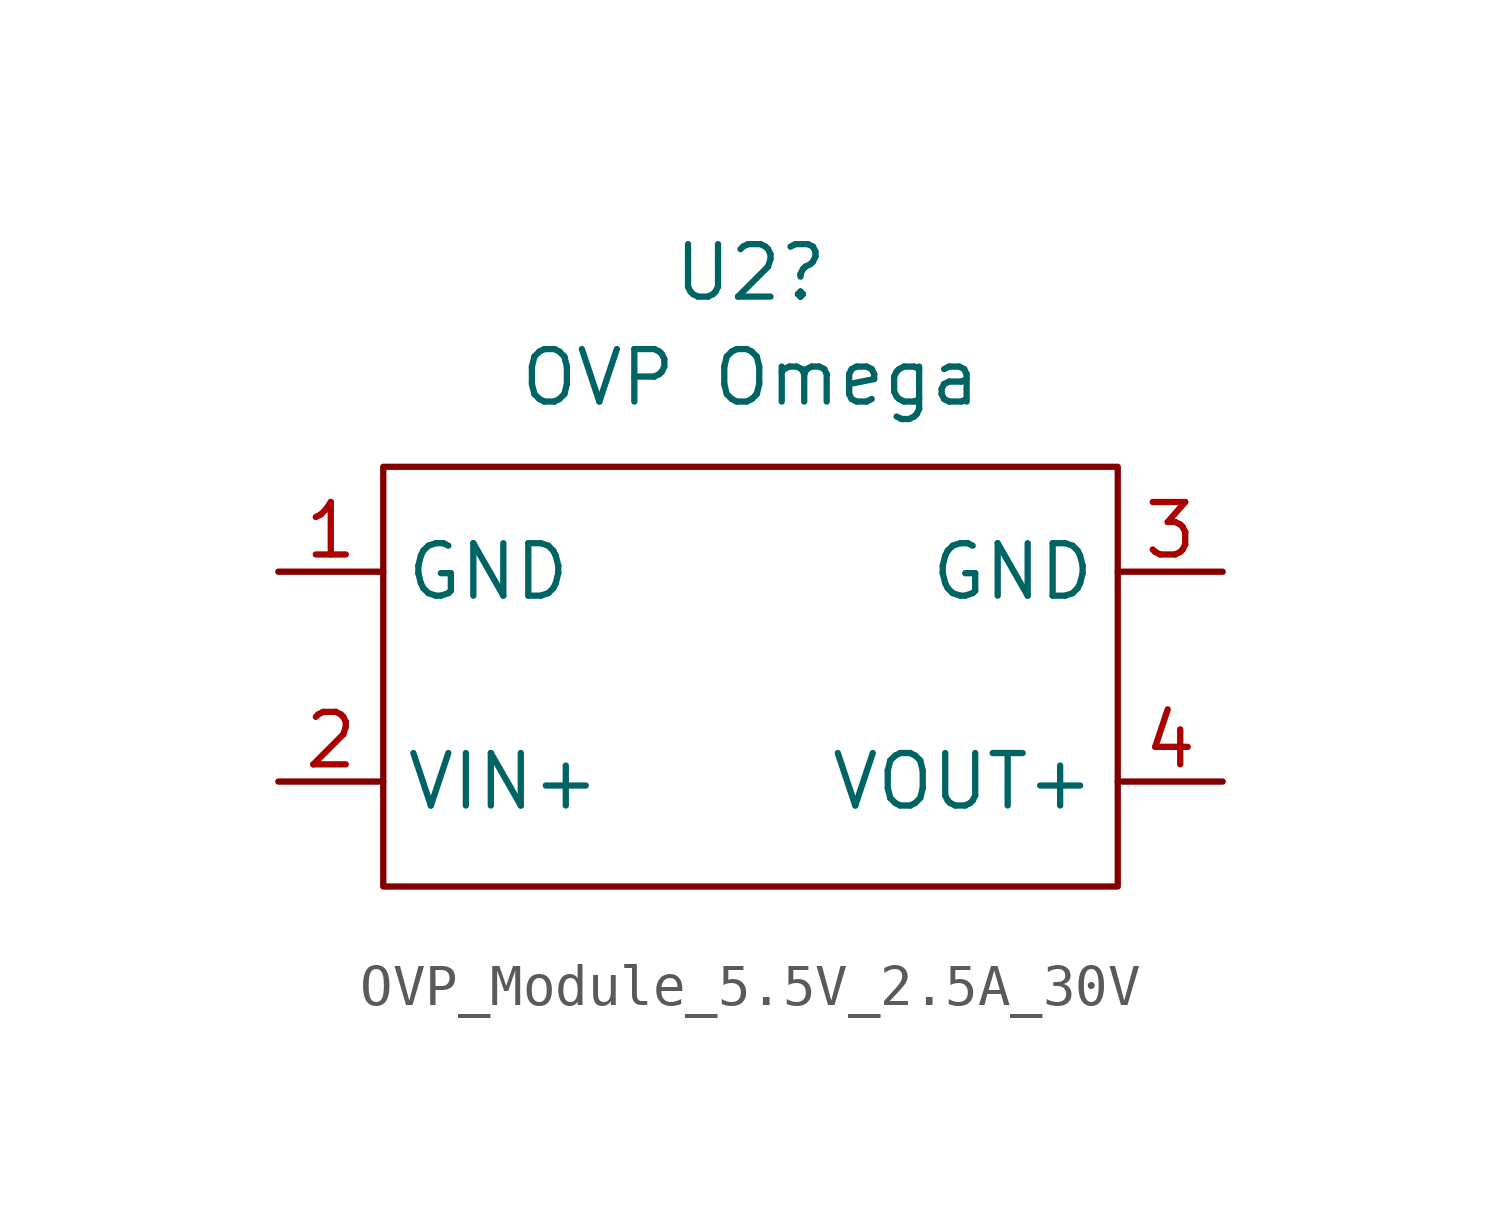
<source format=kicad_sym>
(kicad_symbol_lib
  (version 20220914)
  (generator kicad_symbol_editor)
  (symbol "OVP_Module_5.5V_2.5A_30V"
    (property "Reference" "U2"
      (at 0 17.399 0)
      (effects (font (size 1.27 1.27))))
    (property "Value" "OVP Omega"
      (at 0 14.859 0)
      (effects (font (size 1.27 1.27))))
    (symbol "OVP_Module_5.5V_2.5A_30V_0_1"
      (rectangle (start -8.89 12.7) (end 8.89 2.54) (stroke (width 0) (type default)) (fill (type none))))
    (symbol "OVP_Module_5.5V_2.5A_30V_1_1"
      (pin power_in line (at -11.43 10.16 0) (length 2.54) (name "GND" (effects (font (size 1.27 1.27)))) (number "1" (effects (font (size 1.27 1.27)))))
      (pin power_in line (at -11.43 5.08 0) (length 2.54) (name "VIN+" (effects (font (size 1.27 1.27)))) (number "2" (effects (font (size 1.27 1.27)))))
      (pin power_in line (at 11.43 10.16 180) (length 2.54) (name "GND" (effects (font (size 1.27 1.27)))) (number "3" (effects (font (size 1.27 1.27)))))
      (pin power_out line (at 11.43 5.08 180) (length 2.54) (name "VOUT+" (effects (font (size 1.27 1.27)))) (number "4" (effects (font (size 1.27 1.27))))))))
</source>
